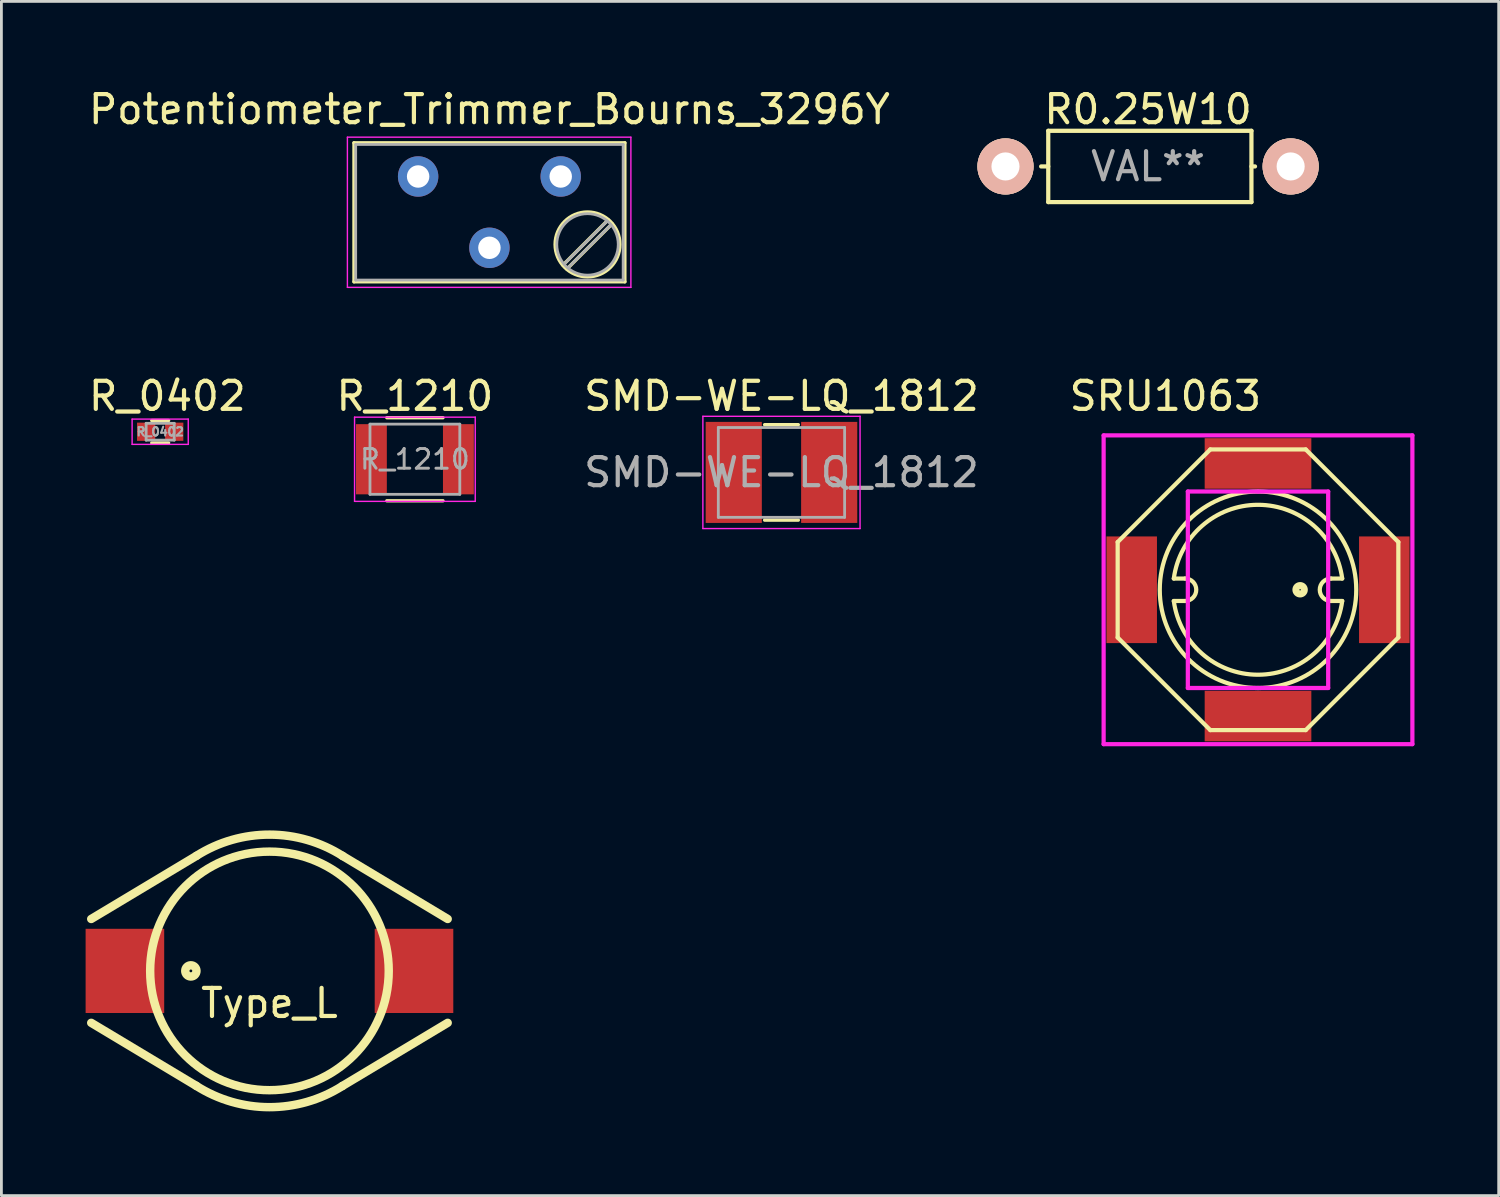
<source format=kicad_pcb>
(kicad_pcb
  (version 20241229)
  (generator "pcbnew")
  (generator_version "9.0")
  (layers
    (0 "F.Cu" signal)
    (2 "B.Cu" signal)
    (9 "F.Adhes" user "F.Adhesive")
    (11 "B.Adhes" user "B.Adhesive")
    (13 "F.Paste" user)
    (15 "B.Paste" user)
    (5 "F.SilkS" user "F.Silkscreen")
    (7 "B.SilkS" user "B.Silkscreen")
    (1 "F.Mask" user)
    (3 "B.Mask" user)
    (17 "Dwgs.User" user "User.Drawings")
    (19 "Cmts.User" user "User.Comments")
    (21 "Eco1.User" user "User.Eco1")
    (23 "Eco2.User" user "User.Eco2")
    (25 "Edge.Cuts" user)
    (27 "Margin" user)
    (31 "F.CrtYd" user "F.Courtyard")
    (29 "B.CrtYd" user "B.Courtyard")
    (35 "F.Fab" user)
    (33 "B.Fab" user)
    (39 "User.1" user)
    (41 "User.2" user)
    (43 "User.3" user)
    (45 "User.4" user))
  (footprint "Type_L"
    (layer "F.Cu")
    (at 6.55 31.541)
    (property "Reference" "Type_L" (at 0 1.15 0) (layer "F.SilkS") (effects (font (size 1 1) (thickness 0.15))))
    (attr smd)
    (fp_line (start -6.35 -1.85) (end -2.6 -4.1) (stroke (width 0.3) (type solid)) (layer "F.SilkS"))
    (fp_line (start -6.35 1.85) (end -2.6 4.1) (stroke (width 0.3) (type solid)) (layer "F.SilkS"))
    (fp_line (start 6.35 -1.85) (end 2.6 -4.1) (stroke (width 0.3) (type solid)) (layer "F.SilkS"))
    (fp_line (start 6.35 1.85) (end 2.6 4.1) (stroke (width 0.3) (type solid)) (layer "F.SilkS"))
    (fp_arc (start -2.6 -4.1) (mid 0.007616 -4.854888) (end 2.61285 -4.091823) (stroke (width 0.3) (type solid)) (layer "F.SilkS"))
    (fp_arc (start 2.6 4.1) (mid -0.007616 4.854888) (end -2.61285 4.091823) (stroke (width 0.3) (type solid)) (layer "F.SilkS"))
    (fp_circle (center -2.8 0) (end -2.8 0.2) (stroke (width 0.3) (type solid)) (fill no) (layer "F.SilkS"))
    (fp_circle (center 0 0) (end 0 4.25) (stroke (width 0.3) (type solid)) (fill no) (layer "F.SilkS"))
    (pad "1" smd rect (at -5.15 0) (size 2.8 3) (layers "F.Cu" "F.Mask" "F.Paste"))
    (pad "2" smd rect (at 5.15 0) (size 2.8 3) (layers "F.Cu" "F.Mask" "F.Paste")))
  (footprint "SMD-WE-LQ_1812"
    (layer "F.Cu")
    (at 24.792 13.781)
    (property "Reference" "SMD-WE-LQ_1812" (at 0 -2.72 0) (layer "F.SilkS") (effects (font (size 1 1) (thickness 0.15))))
    (attr smd)
    (fp_line (start -0.6 -1.7) (end 0.6 -1.7) (stroke (width 0.12) (type solid)) (layer "F.SilkS"))
    (fp_line (start -0.6 1.7) (end 0.6 1.7) (stroke (width 0.12) (type solid)) (layer "F.SilkS"))
    (fp_line (start -2.8 -2) (end -2.8 2) (stroke (width 0.05) (type solid)) (layer "F.CrtYd"))
    (fp_line (start -2.8 -2) (end 2.8 -2) (stroke (width 0.05) (type solid)) (layer "F.CrtYd"))
    (fp_line (start 2.8 2) (end -2.8 2) (stroke (width 0.05) (type solid)) (layer "F.CrtYd"))
    (fp_line (start 2.8 2) (end 2.8 -2) (stroke (width 0.05) (type solid)) (layer "F.CrtYd"))
    (fp_line (start -2.25 -1.6) (end 2.25 -1.6) (stroke (width 0.1) (type solid)) (layer "F.Fab"))
    (fp_line (start -2.25 1.6) (end -2.25 -1.6) (stroke (width 0.1) (type solid)) (layer "F.Fab"))
    (fp_line (start 2.25 -1.6) (end 2.25 1.6) (stroke (width 0.1) (type solid)) (layer "F.Fab"))
    (fp_line (start 2.25 1.6) (end -2.25 1.6) (stroke (width 0.1) (type solid)) (layer "F.Fab"))
    (fp_text user "${REFERENCE}" (at 0 0 0) (layer "F.Fab") (effects (font (size 1 1) (thickness 0.15))))
    (pad "1" smd rect (at -1.7 0) (size 2 3.6) (layers "F.Cu" "F.Mask" "F.Paste"))
    (pad "2" smd rect (at 1.7 0) (size 2 3.6) (layers "F.Cu" "F.Mask" "F.Paste")))
  (footprint "R_0402"
    (layer "F.Cu")
    (at 2.657 12.332)
    (property "Reference" "R_0402" (at 0.254 -1.27 0) (layer "F.SilkS") (effects (font (size 1 1) (thickness 0.15))))
    (attr smd)
    (fp_line (start -0.3 -0.4) (end 0.3 -0.4) (stroke (width 0.12) (type solid)) (layer "F.SilkS"))
    (fp_line (start 0.3 0.4) (end -0.3 0.4) (stroke (width 0.12) (type solid)) (layer "F.SilkS"))
    (fp_line (start -1 -0.45) (end -1 0.45) (stroke (width 0.05) (type solid)) (layer "F.CrtYd"))
    (fp_line (start -1 -0.45) (end 1 -0.45) (stroke (width 0.05) (type solid)) (layer "F.CrtYd"))
    (fp_line (start 1 0.45) (end -1 0.45) (stroke (width 0.05) (type solid)) (layer "F.CrtYd"))
    (fp_line (start 1 0.45) (end 1 -0.45) (stroke (width 0.05) (type solid)) (layer "F.CrtYd"))
    (fp_line (start -0.5 -0.3) (end 0.5 -0.3) (stroke (width 0.1) (type solid)) (layer "F.Fab"))
    (fp_line (start -0.5 0.3) (end -0.5 -0.3) (stroke (width 0.1) (type solid)) (layer "F.Fab"))
    (fp_line (start 0.5 -0.3) (end 0.5 0.3) (stroke (width 0.1) (type solid)) (layer "F.Fab"))
    (fp_line (start 0.5 0.3) (end -0.5 0.3) (stroke (width 0.1) (type solid)) (layer "F.Fab"))
    (fp_text user "${REFERENCE}" (at 0 0 0) (layer "F.Fab") (effects (font (size 0.3 0.3) (thickness 0.075))))
    (pad "1" smd rect (at -0.5 0) (size 0.65 0.65) (layers "F.Cu" "F.Mask" "F.Paste"))
    (pad "2" smd rect (at 0.5 0) (size 0.65 0.65) (layers "F.Cu" "F.Mask" "F.Paste")))
  (footprint "R0.25W10"
    (layer "F.Cu")
    (at 37.853 2.88)
    (property "Reference" "R0.25W10" (at 0 -2.032 0) (layer "F.SilkS") (effects (font (size 1 1) (thickness 0.15))))
    (attr through_hole)
    (fp_line (start -3.556 -1.27) (end 3.683 -1.27) (stroke (width 0.15) (type solid)) (layer "F.SilkS"))
    (fp_line (start -3.556 0) (end -3.81 0) (stroke (width 0.15) (type solid)) (layer "F.SilkS"))
    (fp_line (start -3.556 1.27) (end -3.556 -1.27) (stroke (width 0.15) (type solid)) (layer "F.SilkS"))
    (fp_line (start 3.683 -1.27) (end 3.683 1.27) (stroke (width 0.15) (type solid)) (layer "F.SilkS"))
    (fp_line (start 3.683 0) (end 3.81 0) (stroke (width 0.15) (type solid)) (layer "F.SilkS"))
    (fp_line (start 3.683 1.27) (end -3.556 1.27) (stroke (width 0.15) (type solid)) (layer "F.SilkS"))
    (fp_text user "VAL**" (at 0 0 0) (layer "F.Fab") (effects (font (size 1 1) (thickness 0.15))))
    (pad "1" thru_hole circle (at -5.08 0) (size 1.999 1.999) (drill 1.001) (layers "*.Cu" "*.SilkS" "*.Mask"))
    (pad "2" thru_hole circle (at 5.08 0) (size 1.999 1.999) (drill 1.001) (layers "*.Cu" "*.SilkS" "*.Mask")))
  (footprint "Potentiometer_Trimmer_Bourns_3296Y"
    (layer "F.Cu")
    (at 16.927 3.238)
    (property "Reference" "Potentiometer_Trimmer_Bourns_3296Y" (at -2.54 -2.39 0) (layer "F.SilkS") (effects (font (size 1 1) (thickness 0.15))))
    (attr through_hole)
    (fp_line (start -7.365 -1.2) (end -7.365 3.751) (stroke (width 0.12) (type solid)) (layer "F.SilkS"))
    (fp_line (start -7.365 -1.2) (end 2.285 -1.2) (stroke (width 0.12) (type solid)) (layer "F.SilkS"))
    (fp_line (start -7.365 3.751) (end 2.285 3.751) (stroke (width 0.12) (type solid)) (layer "F.SilkS"))
    (fp_line (start 1.691 1.545) (end 0.079 3.155) (stroke (width 0.12) (type solid)) (layer "F.SilkS"))
    (fp_line (start 1.831 1.686) (end 0.22 3.296) (stroke (width 0.12) (type solid)) (layer "F.SilkS"))
    (fp_line (start 2.285 -1.2) (end 2.285 3.751) (stroke (width 0.12) (type solid)) (layer "F.SilkS"))
    (fp_circle (center 0.955 2.42) (end 2.11 2.42) (stroke (width 0.12) (type solid)) (fill no) (layer "F.SilkS"))
    (fp_line (start -7.6 -1.4) (end -7.6 3.95) (stroke (width 0.05) (type solid)) (layer "F.CrtYd"))
    (fp_line (start -7.6 3.95) (end 2.5 3.95) (stroke (width 0.05) (type solid)) (layer "F.CrtYd"))
    (fp_line (start 2.5 -1.4) (end -7.6 -1.4) (stroke (width 0.05) (type solid)) (layer "F.CrtYd"))
    (fp_line (start 2.5 3.95) (end 2.5 -1.4) (stroke (width 0.05) (type solid)) (layer "F.CrtYd"))
    (fp_line (start -7.305 -1.14) (end -7.305 3.69) (stroke (width 0.1) (type solid)) (layer "F.Fab"))
    (fp_line (start -7.305 3.69) (end 2.225 3.69) (stroke (width 0.1) (type solid)) (layer "F.Fab"))
    (fp_line (start 1.652 1.59) (end 0.125 3.117) (stroke (width 0.1) (type solid)) (layer "F.Fab"))
    (fp_line (start 1.786 1.724) (end 0.259 3.251) (stroke (width 0.1) (type solid)) (layer "F.Fab"))
    (fp_line (start 2.225 -1.14) (end -7.305 -1.14) (stroke (width 0.1) (type solid)) (layer "F.Fab"))
    (fp_line (start 2.225 3.69) (end 2.225 -1.14) (stroke (width 0.1) (type solid)) (layer "F.Fab"))
    (fp_circle (center 0.955 2.42) (end 2.05 2.42) (stroke (width 0.1) (type solid)) (fill no) (layer "F.Fab"))
    (pad "1" thru_hole circle (at 0 0) (size 1.44 1.44) (drill 0.8) (layers "*.Cu" "*.Mask"))
    (pad "2" thru_hole circle (at -2.54 2.54) (size 1.44 1.44) (drill 0.8) (layers "*.Cu" "*.Mask"))
    (pad "3" thru_hole circle (at -5.08 0) (size 1.44 1.44) (drill 0.8) (layers "*.Cu" "*.Mask")))
  (footprint "R_1210"
    (layer "F.Cu")
    (at 11.732 13.312)
    (property "Reference" "R_1210" (at 0 -2.25 0) (layer "F.SilkS") (effects (font (size 1 1) (thickness 0.15))))
    (attr smd)
    (fp_line (start -1 -1.48) (end 1 -1.48) (stroke (width 0.12) (type solid)) (layer "F.SilkS"))
    (fp_line (start 1 1.48) (end -1 1.48) (stroke (width 0.12) (type solid)) (layer "F.SilkS"))
    (fp_line (start -2.15 -1.5) (end -2.15 1.5) (stroke (width 0.05) (type solid)) (layer "F.CrtYd"))
    (fp_line (start -2.15 -1.5) (end 2.15 -1.5) (stroke (width 0.05) (type solid)) (layer "F.CrtYd"))
    (fp_line (start 2.15 1.5) (end -2.15 1.5) (stroke (width 0.05) (type solid)) (layer "F.CrtYd"))
    (fp_line (start 2.15 1.5) (end 2.15 -1.5) (stroke (width 0.05) (type solid)) (layer "F.CrtYd"))
    (fp_line (start -1.6 -1.25) (end 1.6 -1.25) (stroke (width 0.1) (type solid)) (layer "F.Fab"))
    (fp_line (start -1.6 1.25) (end -1.6 -1.25) (stroke (width 0.1) (type solid)) (layer "F.Fab"))
    (fp_line (start 1.6 -1.25) (end 1.6 1.25) (stroke (width 0.1) (type solid)) (layer "F.Fab"))
    (fp_line (start 1.6 1.25) (end -1.6 1.25) (stroke (width 0.1) (type solid)) (layer "F.Fab"))
    (fp_text user "${REFERENCE}" (at 0 0 0) (layer "F.Fab") (effects (font (size 0.7 0.7) (thickness 0.105))))
    (pad "1" smd rect (at -1.55 0) (size 1.1 2.5) (layers "F.Cu" "F.Mask" "F.Paste"))
    (pad "2" smd rect (at 1.55 0) (size 1.1 2.5) (layers "F.Cu" "F.Mask" "F.Paste")))
  (footprint "SRU1063"
    (layer "F.Cu")
    (at 41.77 17.962)
    (property "Reference" "SRU1063" (at -3.3 -6.9 0) (layer "F.SilkS") (effects (font (size 1 1) (thickness 0.15))))
    (attr through_hole)
    (fp_line (start -5 1.7) (end -5 -1.7) (stroke (width 0.15) (type solid)) (layer "F.SilkS"))
    (fp_line (start -5 1.7) (end -1.7 5) (stroke (width 0.15) (type solid)) (layer "F.SilkS"))
    (fp_line (start -2.6 -0.4) (end -3 -0.4) (stroke (width 0.15) (type solid)) (layer "F.SilkS"))
    (fp_line (start -2.6 0.4) (end -3 0.4) (stroke (width 0.15) (type solid)) (layer "F.SilkS"))
    (fp_line (start -1.7 -5) (end -5 -1.7) (stroke (width 0.15) (type solid)) (layer "F.SilkS"))
    (fp_line (start 1.7 -5) (end -1.7 -5) (stroke (width 0.15) (type solid)) (layer "F.SilkS"))
    (fp_line (start 1.7 -5) (end 5 -1.7) (stroke (width 0.15) (type solid)) (layer "F.SilkS"))
    (fp_line (start 1.7 5) (end -1.7 5) (stroke (width 0.15) (type solid)) (layer "F.SilkS"))
    (fp_line (start 1.7 5) (end 5 1.7) (stroke (width 0.15) (type solid)) (layer "F.SilkS"))
    (fp_line (start 2.6 -0.4) (end 3 -0.4) (stroke (width 0.15) (type solid)) (layer "F.SilkS"))
    (fp_line (start 2.6 0.4) (end 3 0.4) (stroke (width 0.15) (type solid)) (layer "F.SilkS"))
    (fp_line (start 5 -1.7) (end 5 1.7) (stroke (width 0.15) (type solid)) (layer "F.SilkS"))
    (fp_arc (start -3 -0.4) (mid 0 -3.026549) (end 3 -0.4) (stroke (width 0.15) (type solid)) (layer "F.SilkS"))
    (fp_arc (start -2.6 -0.4) (mid -2.2 0) (end -2.6 0.4) (stroke (width 0.15) (type solid)) (layer "F.SilkS"))
    (fp_arc (start 2.6 0.4) (mid 2.2 0) (end 2.6 -0.4) (stroke (width 0.15) (type solid)) (layer "F.SilkS"))
    (fp_arc (start 3 0.4) (mid 0 3.026549) (end -3 0.4) (stroke (width 0.15) (type solid)) (layer "F.SilkS"))
    (fp_circle (center 0 0) (end 0 -3.5) (stroke (width 0.15) (type solid)) (fill no) (layer "F.SilkS"))
    (fp_circle (center 1.5 0) (end 1.5 0.1) (stroke (width 0.15) (type solid)) (fill no) (layer "F.SilkS"))
    (fp_circle (center 1.5 0) (end 1.5 0.2) (stroke (width 0.15) (type solid)) (fill no) (layer "F.SilkS"))
    (fp_line (start -5.5 -5.5) (end -5.5 5.5) (stroke (width 0.15) (type solid)) (layer "F.CrtYd"))
    (fp_line (start -5.5 5.5) (end 5.5 5.5) (stroke (width 0.15) (type solid)) (layer "F.CrtYd"))
    (fp_line (start -2.5 -3.5) (end -2.5 3.5) (stroke (width 0.15) (type solid)) (layer "F.CrtYd"))
    (fp_line (start -2.5 -3.5) (end 0 -3.5) (stroke (width 0.15) (type solid)) (layer "F.CrtYd"))
    (fp_line (start -2.5 3.5) (end 0 3.5) (stroke (width 0.15) (type solid)) (layer "F.CrtYd"))
    (fp_line (start 2.5 -3.5) (end 0 -3.5) (stroke (width 0.15) (type solid)) (layer "F.CrtYd"))
    (fp_line (start 2.5 3.5) (end 0 3.5) (stroke (width 0.15) (type solid)) (layer "F.CrtYd"))
    (fp_line (start 2.5 3.5) (end 2.5 -3.5) (stroke (width 0.15) (type solid)) (layer "F.CrtYd"))
    (fp_line (start 5.5 -5.5) (end -5.5 -5.5) (stroke (width 0.15) (type solid)) (layer "F.CrtYd"))
    (fp_line (start 5.5 5.5) (end 5.5 -5.5) (stroke (width 0.15) (type solid)) (layer "F.CrtYd"))
    (pad "" smd rect (at 0 -4.5 90) (size 1.8 3.8) (layers "F.Cu" "F.Mask" "F.Paste"))
    (pad "" smd rect (at 0 4.5 90) (size 1.8 3.8) (layers "F.Cu" "F.Mask" "F.Paste"))
    (pad "1" smd rect (at -4.5 0) (size 1.8 3.8) (layers "F.Cu" "F.Mask" "F.Paste"))
    (pad "2" smd rect (at 4.5 0) (size 1.8 3.8) (layers "F.Cu" "F.Mask" "F.Paste")))
  (gr_rect
    (start -3 -3)
    (end 50.345 39.546)
    (stroke (width 0.1) (type default))
    (fill no)
    (layer "Edge.Cuts")))
</source>
